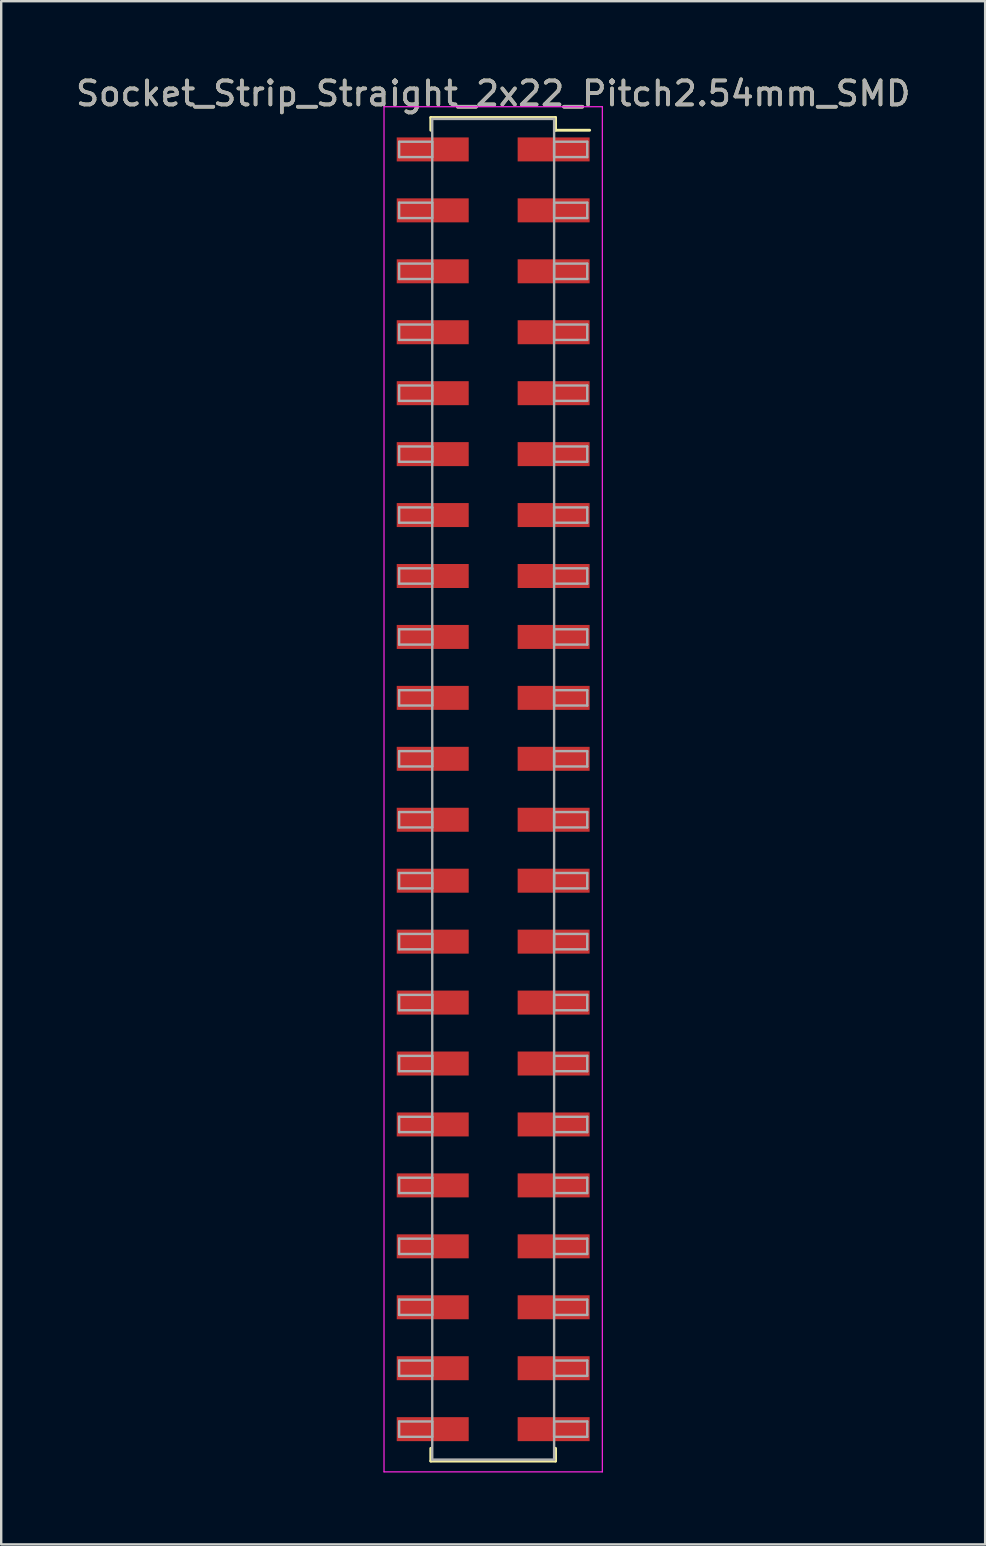
<source format=kicad_pcb>
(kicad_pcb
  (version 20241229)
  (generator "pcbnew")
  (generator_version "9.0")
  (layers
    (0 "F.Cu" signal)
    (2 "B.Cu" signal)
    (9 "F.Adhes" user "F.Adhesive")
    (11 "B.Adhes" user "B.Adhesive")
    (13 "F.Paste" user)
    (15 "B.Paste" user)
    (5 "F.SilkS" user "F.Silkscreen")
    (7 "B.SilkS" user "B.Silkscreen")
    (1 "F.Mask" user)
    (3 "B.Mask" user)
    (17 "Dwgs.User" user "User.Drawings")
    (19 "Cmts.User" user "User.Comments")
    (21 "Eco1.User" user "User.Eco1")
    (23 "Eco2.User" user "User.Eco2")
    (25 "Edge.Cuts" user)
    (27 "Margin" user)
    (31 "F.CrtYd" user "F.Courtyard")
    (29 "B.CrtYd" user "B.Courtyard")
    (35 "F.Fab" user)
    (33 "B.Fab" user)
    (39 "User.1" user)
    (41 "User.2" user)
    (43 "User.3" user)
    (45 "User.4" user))
  (footprint "Socket_Strip_Straight_2x22_Pitch2.54mm_SMD"
    (layer "F.Cu")
    (at 17.506 29.848)
    (property "Reference" "Socket_Strip_Straight_2x22_Pitch2.54mm_SMD" (at 0 -29 0) (layer "F.SilkS") (effects (font (size 1 1) (thickness 0.15))))
    (attr smd)
    (fp_line (start -2.6 -28) (end 2.6 -28) (stroke (width 0.12) (type solid)) (layer "F.SilkS"))
    (fp_line (start -2.6 -27.47) (end -2.6 -28) (stroke (width 0.12) (type solid)) (layer "F.SilkS"))
    (fp_line (start -2.6 27.47) (end -2.6 28) (stroke (width 0.12) (type solid)) (layer "F.SilkS"))
    (fp_line (start -2.6 28) (end 2.6 28) (stroke (width 0.12) (type solid)) (layer "F.SilkS"))
    (fp_line (start 2.6 -28) (end 2.6 -27.47) (stroke (width 0.12) (type solid)) (layer "F.SilkS"))
    (fp_line (start 2.6 28) (end 2.6 27.47) (stroke (width 0.12) (type solid)) (layer "F.SilkS"))
    (fp_line (start 4.02 -27.47) (end 2.6 -27.47) (stroke (width 0.12) (type solid)) (layer "F.SilkS"))
    (fp_line (start -4.55 -28.45) (end -4.55 28.45) (stroke (width 0.05) (type solid)) (layer "F.CrtYd"))
    (fp_line (start -4.55 28.45) (end 4.55 28.45) (stroke (width 0.05) (type solid)) (layer "F.CrtYd"))
    (fp_line (start 4.55 -28.45) (end -4.55 -28.45) (stroke (width 0.05) (type solid)) (layer "F.CrtYd"))
    (fp_line (start 4.55 28.45) (end 4.55 -28.45) (stroke (width 0.05) (type solid)) (layer "F.CrtYd"))
    (fp_line (start -3.92 -26.99) (end -2.54 -26.99) (stroke (width 0.1) (type solid)) (layer "F.Fab"))
    (fp_line (start -3.92 -26.35) (end -3.92 -26.99) (stroke (width 0.1) (type solid)) (layer "F.Fab"))
    (fp_line (start -3.92 -24.45) (end -2.54 -24.45) (stroke (width 0.1) (type solid)) (layer "F.Fab"))
    (fp_line (start -3.92 -23.81) (end -3.92 -24.45) (stroke (width 0.1) (type solid)) (layer "F.Fab"))
    (fp_line (start -3.92 -21.91) (end -2.54 -21.91) (stroke (width 0.1) (type solid)) (layer "F.Fab"))
    (fp_line (start -3.92 -21.27) (end -3.92 -21.91) (stroke (width 0.1) (type solid)) (layer "F.Fab"))
    (fp_line (start -3.92 -19.37) (end -2.54 -19.37) (stroke (width 0.1) (type solid)) (layer "F.Fab"))
    (fp_line (start -3.92 -18.73) (end -3.92 -19.37) (stroke (width 0.1) (type solid)) (layer "F.Fab"))
    (fp_line (start -3.92 -16.83) (end -2.54 -16.83) (stroke (width 0.1) (type solid)) (layer "F.Fab"))
    (fp_line (start -3.92 -16.19) (end -3.92 -16.83) (stroke (width 0.1) (type solid)) (layer "F.Fab"))
    (fp_line (start -3.92 -14.29) (end -2.54 -14.29) (stroke (width 0.1) (type solid)) (layer "F.Fab"))
    (fp_line (start -3.92 -13.65) (end -3.92 -14.29) (stroke (width 0.1) (type solid)) (layer "F.Fab"))
    (fp_line (start -3.92 -11.75) (end -2.54 -11.75) (stroke (width 0.1) (type solid)) (layer "F.Fab"))
    (fp_line (start -3.92 -11.11) (end -3.92 -11.75) (stroke (width 0.1) (type solid)) (layer "F.Fab"))
    (fp_line (start -3.92 -9.21) (end -2.54 -9.21) (stroke (width 0.1) (type solid)) (layer "F.Fab"))
    (fp_line (start -3.92 -8.57) (end -3.92 -9.21) (stroke (width 0.1) (type solid)) (layer "F.Fab"))
    (fp_line (start -3.92 -6.67) (end -2.54 -6.67) (stroke (width 0.1) (type solid)) (layer "F.Fab"))
    (fp_line (start -3.92 -6.03) (end -3.92 -6.67) (stroke (width 0.1) (type solid)) (layer "F.Fab"))
    (fp_line (start -3.92 -4.13) (end -2.54 -4.13) (stroke (width 0.1) (type solid)) (layer "F.Fab"))
    (fp_line (start -3.92 -3.49) (end -3.92 -4.13) (stroke (width 0.1) (type solid)) (layer "F.Fab"))
    (fp_line (start -3.92 -1.59) (end -2.54 -1.59) (stroke (width 0.1) (type solid)) (layer "F.Fab"))
    (fp_line (start -3.92 -0.95) (end -3.92 -1.59) (stroke (width 0.1) (type solid)) (layer "F.Fab"))
    (fp_line (start -3.92 0.95) (end -2.54 0.95) (stroke (width 0.1) (type solid)) (layer "F.Fab"))
    (fp_line (start -3.92 1.59) (end -3.92 0.95) (stroke (width 0.1) (type solid)) (layer "F.Fab"))
    (fp_line (start -3.92 3.49) (end -2.54 3.49) (stroke (width 0.1) (type solid)) (layer "F.Fab"))
    (fp_line (start -3.92 4.13) (end -3.92 3.49) (stroke (width 0.1) (type solid)) (layer "F.Fab"))
    (fp_line (start -3.92 6.03) (end -2.54 6.03) (stroke (width 0.1) (type solid)) (layer "F.Fab"))
    (fp_line (start -3.92 6.67) (end -3.92 6.03) (stroke (width 0.1) (type solid)) (layer "F.Fab"))
    (fp_line (start -3.92 8.57) (end -2.54 8.57) (stroke (width 0.1) (type solid)) (layer "F.Fab"))
    (fp_line (start -3.92 9.21) (end -3.92 8.57) (stroke (width 0.1) (type solid)) (layer "F.Fab"))
    (fp_line (start -3.92 11.11) (end -2.54 11.11) (stroke (width 0.1) (type solid)) (layer "F.Fab"))
    (fp_line (start -3.92 11.75) (end -3.92 11.11) (stroke (width 0.1) (type solid)) (layer "F.Fab"))
    (fp_line (start -3.92 13.65) (end -2.54 13.65) (stroke (width 0.1) (type solid)) (layer "F.Fab"))
    (fp_line (start -3.92 14.29) (end -3.92 13.65) (stroke (width 0.1) (type solid)) (layer "F.Fab"))
    (fp_line (start -3.92 16.19) (end -2.54 16.19) (stroke (width 0.1) (type solid)) (layer "F.Fab"))
    (fp_line (start -3.92 16.83) (end -3.92 16.19) (stroke (width 0.1) (type solid)) (layer "F.Fab"))
    (fp_line (start -3.92 18.73) (end -2.54 18.73) (stroke (width 0.1) (type solid)) (layer "F.Fab"))
    (fp_line (start -3.92 19.37) (end -3.92 18.73) (stroke (width 0.1) (type solid)) (layer "F.Fab"))
    (fp_line (start -3.92 21.27) (end -2.54 21.27) (stroke (width 0.1) (type solid)) (layer "F.Fab"))
    (fp_line (start -3.92 21.91) (end -3.92 21.27) (stroke (width 0.1) (type solid)) (layer "F.Fab"))
    (fp_line (start -3.92 23.81) (end -2.54 23.81) (stroke (width 0.1) (type solid)) (layer "F.Fab"))
    (fp_line (start -3.92 24.45) (end -3.92 23.81) (stroke (width 0.1) (type solid)) (layer "F.Fab"))
    (fp_line (start -3.92 26.35) (end -2.54 26.35) (stroke (width 0.1) (type solid)) (layer "F.Fab"))
    (fp_line (start -3.92 26.99) (end -3.92 26.35) (stroke (width 0.1) (type solid)) (layer "F.Fab"))
    (fp_line (start -2.54 -27.94) (end -2.54 27.94) (stroke (width 0.1) (type solid)) (layer "F.Fab"))
    (fp_line (start -2.54 -26.99) (end -2.54 -26.35) (stroke (width 0.1) (type solid)) (layer "F.Fab"))
    (fp_line (start -2.54 -26.35) (end -3.92 -26.35) (stroke (width 0.1) (type solid)) (layer "F.Fab"))
    (fp_line (start -2.54 -24.45) (end -2.54 -23.81) (stroke (width 0.1) (type solid)) (layer "F.Fab"))
    (fp_line (start -2.54 -23.81) (end -3.92 -23.81) (stroke (width 0.1) (type solid)) (layer "F.Fab"))
    (fp_line (start -2.54 -21.91) (end -2.54 -21.27) (stroke (width 0.1) (type solid)) (layer "F.Fab"))
    (fp_line (start -2.54 -21.27) (end -3.92 -21.27) (stroke (width 0.1) (type solid)) (layer "F.Fab"))
    (fp_line (start -2.54 -19.37) (end -2.54 -18.73) (stroke (width 0.1) (type solid)) (layer "F.Fab"))
    (fp_line (start -2.54 -18.73) (end -3.92 -18.73) (stroke (width 0.1) (type solid)) (layer "F.Fab"))
    (fp_line (start -2.54 -16.83) (end -2.54 -16.19) (stroke (width 0.1) (type solid)) (layer "F.Fab"))
    (fp_line (start -2.54 -16.19) (end -3.92 -16.19) (stroke (width 0.1) (type solid)) (layer "F.Fab"))
    (fp_line (start -2.54 -14.29) (end -2.54 -13.65) (stroke (width 0.1) (type solid)) (layer "F.Fab"))
    (fp_line (start -2.54 -13.65) (end -3.92 -13.65) (stroke (width 0.1) (type solid)) (layer "F.Fab"))
    (fp_line (start -2.54 -11.75) (end -2.54 -11.11) (stroke (width 0.1) (type solid)) (layer "F.Fab"))
    (fp_line (start -2.54 -11.11) (end -3.92 -11.11) (stroke (width 0.1) (type solid)) (layer "F.Fab"))
    (fp_line (start -2.54 -9.21) (end -2.54 -8.57) (stroke (width 0.1) (type solid)) (layer "F.Fab"))
    (fp_line (start -2.54 -8.57) (end -3.92 -8.57) (stroke (width 0.1) (type solid)) (layer "F.Fab"))
    (fp_line (start -2.54 -6.67) (end -2.54 -6.03) (stroke (width 0.1) (type solid)) (layer "F.Fab"))
    (fp_line (start -2.54 -6.03) (end -3.92 -6.03) (stroke (width 0.1) (type solid)) (layer "F.Fab"))
    (fp_line (start -2.54 -4.13) (end -2.54 -3.49) (stroke (width 0.1) (type solid)) (layer "F.Fab"))
    (fp_line (start -2.54 -3.49) (end -3.92 -3.49) (stroke (width 0.1) (type solid)) (layer "F.Fab"))
    (fp_line (start -2.54 -1.59) (end -2.54 -0.95) (stroke (width 0.1) (type solid)) (layer "F.Fab"))
    (fp_line (start -2.54 -0.95) (end -3.92 -0.95) (stroke (width 0.1) (type solid)) (layer "F.Fab"))
    (fp_line (start -2.54 0.95) (end -2.54 1.59) (stroke (width 0.1) (type solid)) (layer "F.Fab"))
    (fp_line (start -2.54 1.59) (end -3.92 1.59) (stroke (width 0.1) (type solid)) (layer "F.Fab"))
    (fp_line (start -2.54 3.49) (end -2.54 4.13) (stroke (width 0.1) (type solid)) (layer "F.Fab"))
    (fp_line (start -2.54 4.13) (end -3.92 4.13) (stroke (width 0.1) (type solid)) (layer "F.Fab"))
    (fp_line (start -2.54 6.03) (end -2.54 6.67) (stroke (width 0.1) (type solid)) (layer "F.Fab"))
    (fp_line (start -2.54 6.67) (end -3.92 6.67) (stroke (width 0.1) (type solid)) (layer "F.Fab"))
    (fp_line (start -2.54 8.57) (end -2.54 9.21) (stroke (width 0.1) (type solid)) (layer "F.Fab"))
    (fp_line (start -2.54 9.21) (end -3.92 9.21) (stroke (width 0.1) (type solid)) (layer "F.Fab"))
    (fp_line (start -2.54 11.11) (end -2.54 11.75) (stroke (width 0.1) (type solid)) (layer "F.Fab"))
    (fp_line (start -2.54 11.75) (end -3.92 11.75) (stroke (width 0.1) (type solid)) (layer "F.Fab"))
    (fp_line (start -2.54 13.65) (end -2.54 14.29) (stroke (width 0.1) (type solid)) (layer "F.Fab"))
    (fp_line (start -2.54 14.29) (end -3.92 14.29) (stroke (width 0.1) (type solid)) (layer "F.Fab"))
    (fp_line (start -2.54 16.19) (end -2.54 16.83) (stroke (width 0.1) (type solid)) (layer "F.Fab"))
    (fp_line (start -2.54 16.83) (end -3.92 16.83) (stroke (width 0.1) (type solid)) (layer "F.Fab"))
    (fp_line (start -2.54 18.73) (end -2.54 19.37) (stroke (width 0.1) (type solid)) (layer "F.Fab"))
    (fp_line (start -2.54 19.37) (end -3.92 19.37) (stroke (width 0.1) (type solid)) (layer "F.Fab"))
    (fp_line (start -2.54 21.27) (end -2.54 21.91) (stroke (width 0.1) (type solid)) (layer "F.Fab"))
    (fp_line (start -2.54 21.91) (end -3.92 21.91) (stroke (width 0.1) (type solid)) (layer "F.Fab"))
    (fp_line (start -2.54 23.81) (end -2.54 24.45) (stroke (width 0.1) (type solid)) (layer "F.Fab"))
    (fp_line (start -2.54 24.45) (end -3.92 24.45) (stroke (width 0.1) (type solid)) (layer "F.Fab"))
    (fp_line (start -2.54 26.35) (end -2.54 26.99) (stroke (width 0.1) (type solid)) (layer "F.Fab"))
    (fp_line (start -2.54 26.99) (end -3.92 26.99) (stroke (width 0.1) (type solid)) (layer "F.Fab"))
    (fp_line (start -2.54 27.94) (end 2.54 27.94) (stroke (width 0.1) (type solid)) (layer "F.Fab"))
    (fp_line (start 2.54 -27.94) (end -2.54 -27.94) (stroke (width 0.1) (type solid)) (layer "F.Fab"))
    (fp_line (start 2.54 -26.99) (end 2.54 -26.35) (stroke (width 0.1) (type solid)) (layer "F.Fab"))
    (fp_line (start 2.54 -26.35) (end 3.92 -26.35) (stroke (width 0.1) (type solid)) (layer "F.Fab"))
    (fp_line (start 2.54 -24.45) (end 2.54 -23.81) (stroke (width 0.1) (type solid)) (layer "F.Fab"))
    (fp_line (start 2.54 -23.81) (end 3.92 -23.81) (stroke (width 0.1) (type solid)) (layer "F.Fab"))
    (fp_line (start 2.54 -21.91) (end 2.54 -21.27) (stroke (width 0.1) (type solid)) (layer "F.Fab"))
    (fp_line (start 2.54 -21.27) (end 3.92 -21.27) (stroke (width 0.1) (type solid)) (layer "F.Fab"))
    (fp_line (start 2.54 -19.37) (end 2.54 -18.73) (stroke (width 0.1) (type solid)) (layer "F.Fab"))
    (fp_line (start 2.54 -18.73) (end 3.92 -18.73) (stroke (width 0.1) (type solid)) (layer "F.Fab"))
    (fp_line (start 2.54 -16.83) (end 2.54 -16.19) (stroke (width 0.1) (type solid)) (layer "F.Fab"))
    (fp_line (start 2.54 -16.19) (end 3.92 -16.19) (stroke (width 0.1) (type solid)) (layer "F.Fab"))
    (fp_line (start 2.54 -14.29) (end 2.54 -13.65) (stroke (width 0.1) (type solid)) (layer "F.Fab"))
    (fp_line (start 2.54 -13.65) (end 3.92 -13.65) (stroke (width 0.1) (type solid)) (layer "F.Fab"))
    (fp_line (start 2.54 -11.75) (end 2.54 -11.11) (stroke (width 0.1) (type solid)) (layer "F.Fab"))
    (fp_line (start 2.54 -11.11) (end 3.92 -11.11) (stroke (width 0.1) (type solid)) (layer "F.Fab"))
    (fp_line (start 2.54 -9.21) (end 2.54 -8.57) (stroke (width 0.1) (type solid)) (layer "F.Fab"))
    (fp_line (start 2.54 -8.57) (end 3.92 -8.57) (stroke (width 0.1) (type solid)) (layer "F.Fab"))
    (fp_line (start 2.54 -6.67) (end 2.54 -6.03) (stroke (width 0.1) (type solid)) (layer "F.Fab"))
    (fp_line (start 2.54 -6.03) (end 3.92 -6.03) (stroke (width 0.1) (type solid)) (layer "F.Fab"))
    (fp_line (start 2.54 -4.13) (end 2.54 -3.49) (stroke (width 0.1) (type solid)) (layer "F.Fab"))
    (fp_line (start 2.54 -3.49) (end 3.92 -3.49) (stroke (width 0.1) (type solid)) (layer "F.Fab"))
    (fp_line (start 2.54 -1.59) (end 2.54 -0.95) (stroke (width 0.1) (type solid)) (layer "F.Fab"))
    (fp_line (start 2.54 -0.95) (end 3.92 -0.95) (stroke (width 0.1) (type solid)) (layer "F.Fab"))
    (fp_line (start 2.54 0.95) (end 2.54 1.59) (stroke (width 0.1) (type solid)) (layer "F.Fab"))
    (fp_line (start 2.54 1.59) (end 3.92 1.59) (stroke (width 0.1) (type solid)) (layer "F.Fab"))
    (fp_line (start 2.54 3.49) (end 2.54 4.13) (stroke (width 0.1) (type solid)) (layer "F.Fab"))
    (fp_line (start 2.54 4.13) (end 3.92 4.13) (stroke (width 0.1) (type solid)) (layer "F.Fab"))
    (fp_line (start 2.54 6.03) (end 2.54 6.67) (stroke (width 0.1) (type solid)) (layer "F.Fab"))
    (fp_line (start 2.54 6.67) (end 3.92 6.67) (stroke (width 0.1) (type solid)) (layer "F.Fab"))
    (fp_line (start 2.54 8.57) (end 2.54 9.21) (stroke (width 0.1) (type solid)) (layer "F.Fab"))
    (fp_line (start 2.54 9.21) (end 3.92 9.21) (stroke (width 0.1) (type solid)) (layer "F.Fab"))
    (fp_line (start 2.54 11.11) (end 2.54 11.75) (stroke (width 0.1) (type solid)) (layer "F.Fab"))
    (fp_line (start 2.54 11.75) (end 3.92 11.75) (stroke (width 0.1) (type solid)) (layer "F.Fab"))
    (fp_line (start 2.54 13.65) (end 2.54 14.29) (stroke (width 0.1) (type solid)) (layer "F.Fab"))
    (fp_line (start 2.54 14.29) (end 3.92 14.29) (stroke (width 0.1) (type solid)) (layer "F.Fab"))
    (fp_line (start 2.54 16.19) (end 2.54 16.83) (stroke (width 0.1) (type solid)) (layer "F.Fab"))
    (fp_line (start 2.54 16.83) (end 3.92 16.83) (stroke (width 0.1) (type solid)) (layer "F.Fab"))
    (fp_line (start 2.54 18.73) (end 2.54 19.37) (stroke (width 0.1) (type solid)) (layer "F.Fab"))
    (fp_line (start 2.54 19.37) (end 3.92 19.37) (stroke (width 0.1) (type solid)) (layer "F.Fab"))
    (fp_line (start 2.54 21.27) (end 2.54 21.91) (stroke (width 0.1) (type solid)) (layer "F.Fab"))
    (fp_line (start 2.54 21.91) (end 3.92 21.91) (stroke (width 0.1) (type solid)) (layer "F.Fab"))
    (fp_line (start 2.54 23.81) (end 2.54 24.45) (stroke (width 0.1) (type solid)) (layer "F.Fab"))
    (fp_line (start 2.54 24.45) (end 3.92 24.45) (stroke (width 0.1) (type solid)) (layer "F.Fab"))
    (fp_line (start 2.54 26.35) (end 2.54 26.99) (stroke (width 0.1) (type solid)) (layer "F.Fab"))
    (fp_line (start 2.54 26.99) (end 3.92 26.99) (stroke (width 0.1) (type solid)) (layer "F.Fab"))
    (fp_line (start 2.54 27.94) (end 2.54 -27.94) (stroke (width 0.1) (type solid)) (layer "F.Fab"))
    (fp_line (start 3.92 -26.99) (end 2.54 -26.99) (stroke (width 0.1) (type solid)) (layer "F.Fab"))
    (fp_line (start 3.92 -26.35) (end 3.92 -26.99) (stroke (width 0.1) (type solid)) (layer "F.Fab"))
    (fp_line (start 3.92 -24.45) (end 2.54 -24.45) (stroke (width 0.1) (type solid)) (layer "F.Fab"))
    (fp_line (start 3.92 -23.81) (end 3.92 -24.45) (stroke (width 0.1) (type solid)) (layer "F.Fab"))
    (fp_line (start 3.92 -21.91) (end 2.54 -21.91) (stroke (width 0.1) (type solid)) (layer "F.Fab"))
    (fp_line (start 3.92 -21.27) (end 3.92 -21.91) (stroke (width 0.1) (type solid)) (layer "F.Fab"))
    (fp_line (start 3.92 -19.37) (end 2.54 -19.37) (stroke (width 0.1) (type solid)) (layer "F.Fab"))
    (fp_line (start 3.92 -18.73) (end 3.92 -19.37) (stroke (width 0.1) (type solid)) (layer "F.Fab"))
    (fp_line (start 3.92 -16.83) (end 2.54 -16.83) (stroke (width 0.1) (type solid)) (layer "F.Fab"))
    (fp_line (start 3.92 -16.19) (end 3.92 -16.83) (stroke (width 0.1) (type solid)) (layer "F.Fab"))
    (fp_line (start 3.92 -14.29) (end 2.54 -14.29) (stroke (width 0.1) (type solid)) (layer "F.Fab"))
    (fp_line (start 3.92 -13.65) (end 3.92 -14.29) (stroke (width 0.1) (type solid)) (layer "F.Fab"))
    (fp_line (start 3.92 -11.75) (end 2.54 -11.75) (stroke (width 0.1) (type solid)) (layer "F.Fab"))
    (fp_line (start 3.92 -11.11) (end 3.92 -11.75) (stroke (width 0.1) (type solid)) (layer "F.Fab"))
    (fp_line (start 3.92 -9.21) (end 2.54 -9.21) (stroke (width 0.1) (type solid)) (layer "F.Fab"))
    (fp_line (start 3.92 -8.57) (end 3.92 -9.21) (stroke (width 0.1) (type solid)) (layer "F.Fab"))
    (fp_line (start 3.92 -6.67) (end 2.54 -6.67) (stroke (width 0.1) (type solid)) (layer "F.Fab"))
    (fp_line (start 3.92 -6.03) (end 3.92 -6.67) (stroke (width 0.1) (type solid)) (layer "F.Fab"))
    (fp_line (start 3.92 -4.13) (end 2.54 -4.13) (stroke (width 0.1) (type solid)) (layer "F.Fab"))
    (fp_line (start 3.92 -3.49) (end 3.92 -4.13) (stroke (width 0.1) (type solid)) (layer "F.Fab"))
    (fp_line (start 3.92 -1.59) (end 2.54 -1.59) (stroke (width 0.1) (type solid)) (layer "F.Fab"))
    (fp_line (start 3.92 -0.95) (end 3.92 -1.59) (stroke (width 0.1) (type solid)) (layer "F.Fab"))
    (fp_line (start 3.92 0.95) (end 2.54 0.95) (stroke (width 0.1) (type solid)) (layer "F.Fab"))
    (fp_line (start 3.92 1.59) (end 3.92 0.95) (stroke (width 0.1) (type solid)) (layer "F.Fab"))
    (fp_line (start 3.92 3.49) (end 2.54 3.49) (stroke (width 0.1) (type solid)) (layer "F.Fab"))
    (fp_line (start 3.92 4.13) (end 3.92 3.49) (stroke (width 0.1) (type solid)) (layer "F.Fab"))
    (fp_line (start 3.92 6.03) (end 2.54 6.03) (stroke (width 0.1) (type solid)) (layer "F.Fab"))
    (fp_line (start 3.92 6.67) (end 3.92 6.03) (stroke (width 0.1) (type solid)) (layer "F.Fab"))
    (fp_line (start 3.92 8.57) (end 2.54 8.57) (stroke (width 0.1) (type solid)) (layer "F.Fab"))
    (fp_line (start 3.92 9.21) (end 3.92 8.57) (stroke (width 0.1) (type solid)) (layer "F.Fab"))
    (fp_line (start 3.92 11.11) (end 2.54 11.11) (stroke (width 0.1) (type solid)) (layer "F.Fab"))
    (fp_line (start 3.92 11.75) (end 3.92 11.11) (stroke (width 0.1) (type solid)) (layer "F.Fab"))
    (fp_line (start 3.92 13.65) (end 2.54 13.65) (stroke (width 0.1) (type solid)) (layer "F.Fab"))
    (fp_line (start 3.92 14.29) (end 3.92 13.65) (stroke (width 0.1) (type solid)) (layer "F.Fab"))
    (fp_line (start 3.92 16.19) (end 2.54 16.19) (stroke (width 0.1) (type solid)) (layer "F.Fab"))
    (fp_line (start 3.92 16.83) (end 3.92 16.19) (stroke (width 0.1) (type solid)) (layer "F.Fab"))
    (fp_line (start 3.92 18.73) (end 2.54 18.73) (stroke (width 0.1) (type solid)) (layer "F.Fab"))
    (fp_line (start 3.92 19.37) (end 3.92 18.73) (stroke (width 0.1) (type solid)) (layer "F.Fab"))
    (fp_line (start 3.92 21.27) (end 2.54 21.27) (stroke (width 0.1) (type solid)) (layer "F.Fab"))
    (fp_line (start 3.92 21.91) (end 3.92 21.27) (stroke (width 0.1) (type solid)) (layer "F.Fab"))
    (fp_line (start 3.92 23.81) (end 2.54 23.81) (stroke (width 0.1) (type solid)) (layer "F.Fab"))
    (fp_line (start 3.92 24.45) (end 3.92 23.81) (stroke (width 0.1) (type solid)) (layer "F.Fab"))
    (fp_line (start 3.92 26.35) (end 2.54 26.35) (stroke (width 0.1) (type solid)) (layer "F.Fab"))
    (fp_line (start 3.92 26.99) (end 3.92 26.35) (stroke (width 0.1) (type solid)) (layer "F.Fab"))
    (fp_text user "${REFERENCE}" (at 0 -29 0) (layer "F.Fab") (effects (font (size 1 1) (thickness 0.15))))
    (pad "1" smd rect (at 2.52 -26.67) (size 3 1) (layers "F.Cu" "F.Mask" "F.Paste"))
    (pad "2" smd rect (at -2.52 -26.67) (size 3 1) (layers "F.Cu" "F.Mask" "F.Paste"))
    (pad "3" smd rect (at 2.52 -24.13) (size 3 1) (layers "F.Cu" "F.Mask" "F.Paste"))
    (pad "4" smd rect (at -2.52 -24.13) (size 3 1) (layers "F.Cu" "F.Mask" "F.Paste"))
    (pad "5" smd rect (at 2.52 -21.59) (size 3 1) (layers "F.Cu" "F.Mask" "F.Paste"))
    (pad "6" smd rect (at -2.52 -21.59) (size 3 1) (layers "F.Cu" "F.Mask" "F.Paste"))
    (pad "7" smd rect (at 2.52 -19.05) (size 3 1) (layers "F.Cu" "F.Mask" "F.Paste"))
    (pad "8" smd rect (at -2.52 -19.05) (size 3 1) (layers "F.Cu" "F.Mask" "F.Paste"))
    (pad "9" smd rect (at 2.52 -16.51) (size 3 1) (layers "F.Cu" "F.Mask" "F.Paste"))
    (pad "10" smd rect (at -2.52 -16.51) (size 3 1) (layers "F.Cu" "F.Mask" "F.Paste"))
    (pad "11" smd rect (at 2.52 -13.97) (size 3 1) (layers "F.Cu" "F.Mask" "F.Paste"))
    (pad "12" smd rect (at -2.52 -13.97) (size 3 1) (layers "F.Cu" "F.Mask" "F.Paste"))
    (pad "13" smd rect (at 2.52 -11.43) (size 3 1) (layers "F.Cu" "F.Mask" "F.Paste"))
    (pad "14" smd rect (at -2.52 -11.43) (size 3 1) (layers "F.Cu" "F.Mask" "F.Paste"))
    (pad "15" smd rect (at 2.52 -8.89) (size 3 1) (layers "F.Cu" "F.Mask" "F.Paste"))
    (pad "16" smd rect (at -2.52 -8.89) (size 3 1) (layers "F.Cu" "F.Mask" "F.Paste"))
    (pad "17" smd rect (at 2.52 -6.35) (size 3 1) (layers "F.Cu" "F.Mask" "F.Paste"))
    (pad "18" smd rect (at -2.52 -6.35) (size 3 1) (layers "F.Cu" "F.Mask" "F.Paste"))
    (pad "19" smd rect (at 2.52 -3.81) (size 3 1) (layers "F.Cu" "F.Mask" "F.Paste"))
    (pad "20" smd rect (at -2.52 -3.81) (size 3 1) (layers "F.Cu" "F.Mask" "F.Paste"))
    (pad "21" smd rect (at 2.52 -1.27) (size 3 1) (layers "F.Cu" "F.Mask" "F.Paste"))
    (pad "22" smd rect (at -2.52 -1.27) (size 3 1) (layers "F.Cu" "F.Mask" "F.Paste"))
    (pad "23" smd rect (at 2.52 1.27) (size 3 1) (layers "F.Cu" "F.Mask" "F.Paste"))
    (pad "24" smd rect (at -2.52 1.27) (size 3 1) (layers "F.Cu" "F.Mask" "F.Paste"))
    (pad "25" smd rect (at 2.52 3.81) (size 3 1) (layers "F.Cu" "F.Mask" "F.Paste"))
    (pad "26" smd rect (at -2.52 3.81) (size 3 1) (layers "F.Cu" "F.Mask" "F.Paste"))
    (pad "27" smd rect (at 2.52 6.35) (size 3 1) (layers "F.Cu" "F.Mask" "F.Paste"))
    (pad "28" smd rect (at -2.52 6.35) (size 3 1) (layers "F.Cu" "F.Mask" "F.Paste"))
    (pad "29" smd rect (at 2.52 8.89) (size 3 1) (layers "F.Cu" "F.Mask" "F.Paste"))
    (pad "30" smd rect (at -2.52 8.89) (size 3 1) (layers "F.Cu" "F.Mask" "F.Paste"))
    (pad "31" smd rect (at 2.52 11.43) (size 3 1) (layers "F.Cu" "F.Mask" "F.Paste"))
    (pad "32" smd rect (at -2.52 11.43) (size 3 1) (layers "F.Cu" "F.Mask" "F.Paste"))
    (pad "33" smd rect (at 2.52 13.97) (size 3 1) (layers "F.Cu" "F.Mask" "F.Paste"))
    (pad "34" smd rect (at -2.52 13.97) (size 3 1) (layers "F.Cu" "F.Mask" "F.Paste"))
    (pad "35" smd rect (at 2.52 16.51) (size 3 1) (layers "F.Cu" "F.Mask" "F.Paste"))
    (pad "36" smd rect (at -2.52 16.51) (size 3 1) (layers "F.Cu" "F.Mask" "F.Paste"))
    (pad "37" smd rect (at 2.52 19.05) (size 3 1) (layers "F.Cu" "F.Mask" "F.Paste"))
    (pad "38" smd rect (at -2.52 19.05) (size 3 1) (layers "F.Cu" "F.Mask" "F.Paste"))
    (pad "39" smd rect (at 2.52 21.59) (size 3 1) (layers "F.Cu" "F.Mask" "F.Paste"))
    (pad "40" smd rect (at -2.52 21.59) (size 3 1) (layers "F.Cu" "F.Mask" "F.Paste"))
    (pad "41" smd rect (at 2.52 24.13) (size 3 1) (layers "F.Cu" "F.Mask" "F.Paste"))
    (pad "42" smd rect (at -2.52 24.13) (size 3 1) (layers "F.Cu" "F.Mask" "F.Paste"))
    (pad "43" smd rect (at 2.52 26.67) (size 3 1) (layers "F.Cu" "F.Mask" "F.Paste"))
    (pad "44" smd rect (at -2.52 26.67) (size 3 1) (layers "F.Cu" "F.Mask" "F.Paste")))
  (gr_rect
    (start -3 -3)
    (end 38.012 61.323)
    (stroke (width 0.1) (type default))
    (fill no)
    (layer "Edge.Cuts")))
</source>
